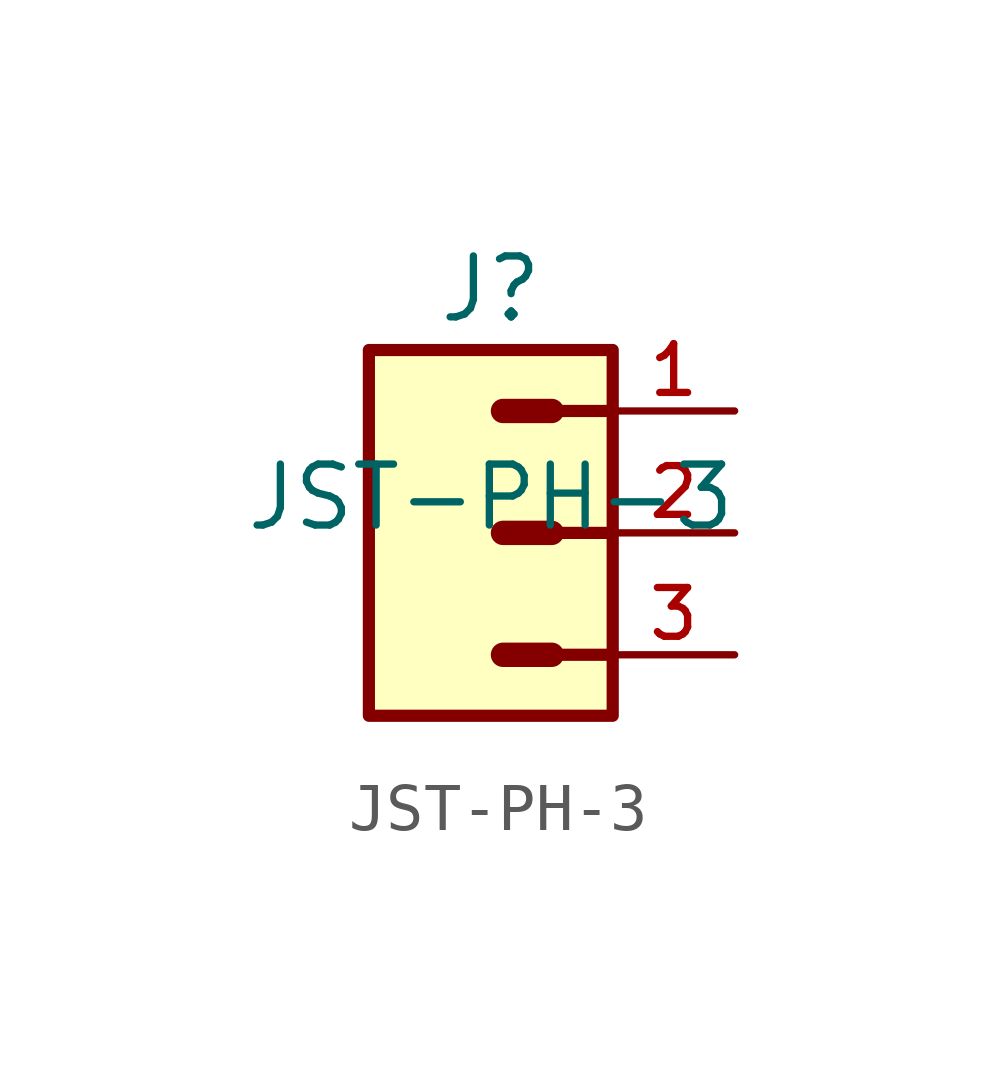
<source format=kicad_sym>
(kicad_symbol_lib
  (version 20211014)
  (generator kicad_symbol_editor)
  (symbol "JST-PH-3"
    (pin_names
      (offset 1.016))
    (property "Reference" "J"
      (at 0.0 5.08 0)
      (effects (font (size 1.27 1.27))))
    (property "Value" "JST-PH-3"
      (at 0 0.0 0)
      (effects (font (size 1.27 1.27)) (justify bottom)))
    (symbol "JST-PH-3_0_0"
      (polyline (pts (xy 2.54 2.54) (xy 1.27 2.54)) (stroke (width 0.254)))
      (polyline (pts (xy 2.54 0.0) (xy 1.27 0.0)) (stroke (width 0.254)))
      (polyline (pts (xy 1.27 2.54) (xy 0.254 2.54)) (stroke (width 0.508)))
      (polyline (pts (xy 1.27 0.0) (xy 0.254 0.0)) (stroke (width 0.508)))
      (polyline (pts (xy 1.27 -2.54) (xy 0.254 -2.54)) (stroke (width 0.508)))
      (polyline (pts (xy 2.54 -2.54) (xy 1.27 -2.54)) (stroke (width 0.254)))
      (rectangle (start -2.54 -3.81) (end 2.54 3.81) (stroke (width 0.254)) (fill (type background)))
      (pin bidirectional line (at 5.08 2.54 180.0) (length 2.54) (name "~" (effects (font (size 1.016 1.016)))) (number "1" (effects (font (size 1.016 1.016)))))
      (pin bidirectional line (at 5.08 0.0 180.0) (length 2.54) (name "~" (effects (font (size 1.016 1.016)))) (number "2" (effects (font (size 1.016 1.016)))))
      (pin bidirectional line (at 5.08 -2.54 180.0) (length 2.54) (name "~" (effects (font (size 1.016 1.016)))) (number "3" (effects (font (size 1.016 1.016))))))))
</source>
